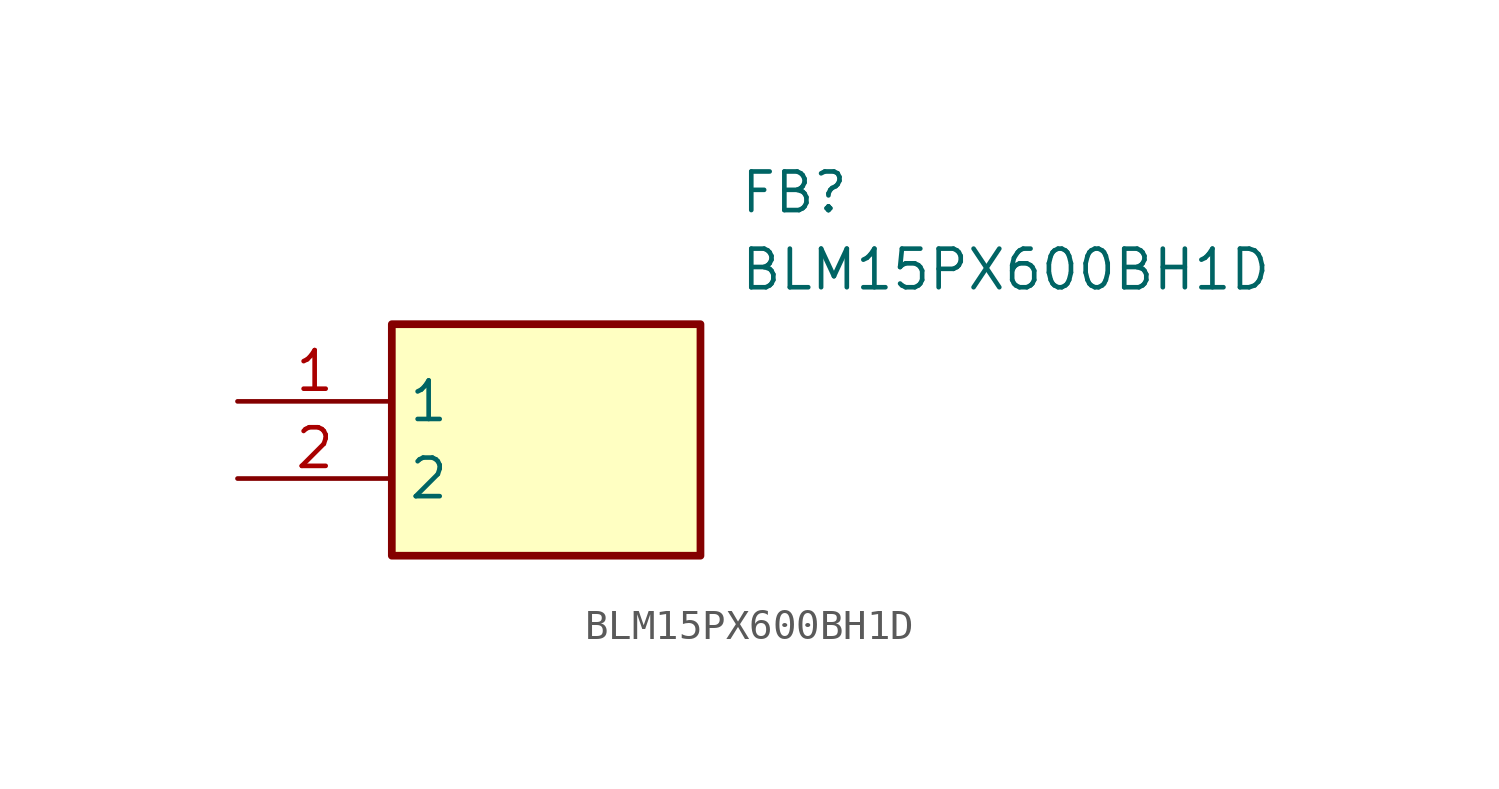
<source format=kicad_sym>
(kicad_symbol_lib
  (version 20211014)
  (generator SamacSys_ECAD_Model)
  (symbol "BLM15PX600BH1D"
    (property "Reference" "FB"
      (at 16.51 7.62 0)
      (effects (font (size 1.27 1.27)) (justify left top)))
    (property "Value" "BLM15PX600BH1D"
      (at 16.51 5.08 0)
      (effects (font (size 1.27 1.27)) (justify left top)))
    (rectangle
      (start 5.08 2.54)
      (end 15.24 -5.08)
      (stroke (width 0.254) (type default))
      (fill (type background)))
    (pin passive line
      (at 0 0 0)
      (length 5.08)
      (name "1" (effects (font (size 1.27 1.27))))
      (number "1" (effects (font (size 1.27 1.27)))))
    (pin passive line
      (at 0 -2.54 0)
      (length 5.08)
      (name "2" (effects (font (size 1.27 1.27))))
      (number "2" (effects (font (size 1.27 1.27)))))))
</source>
